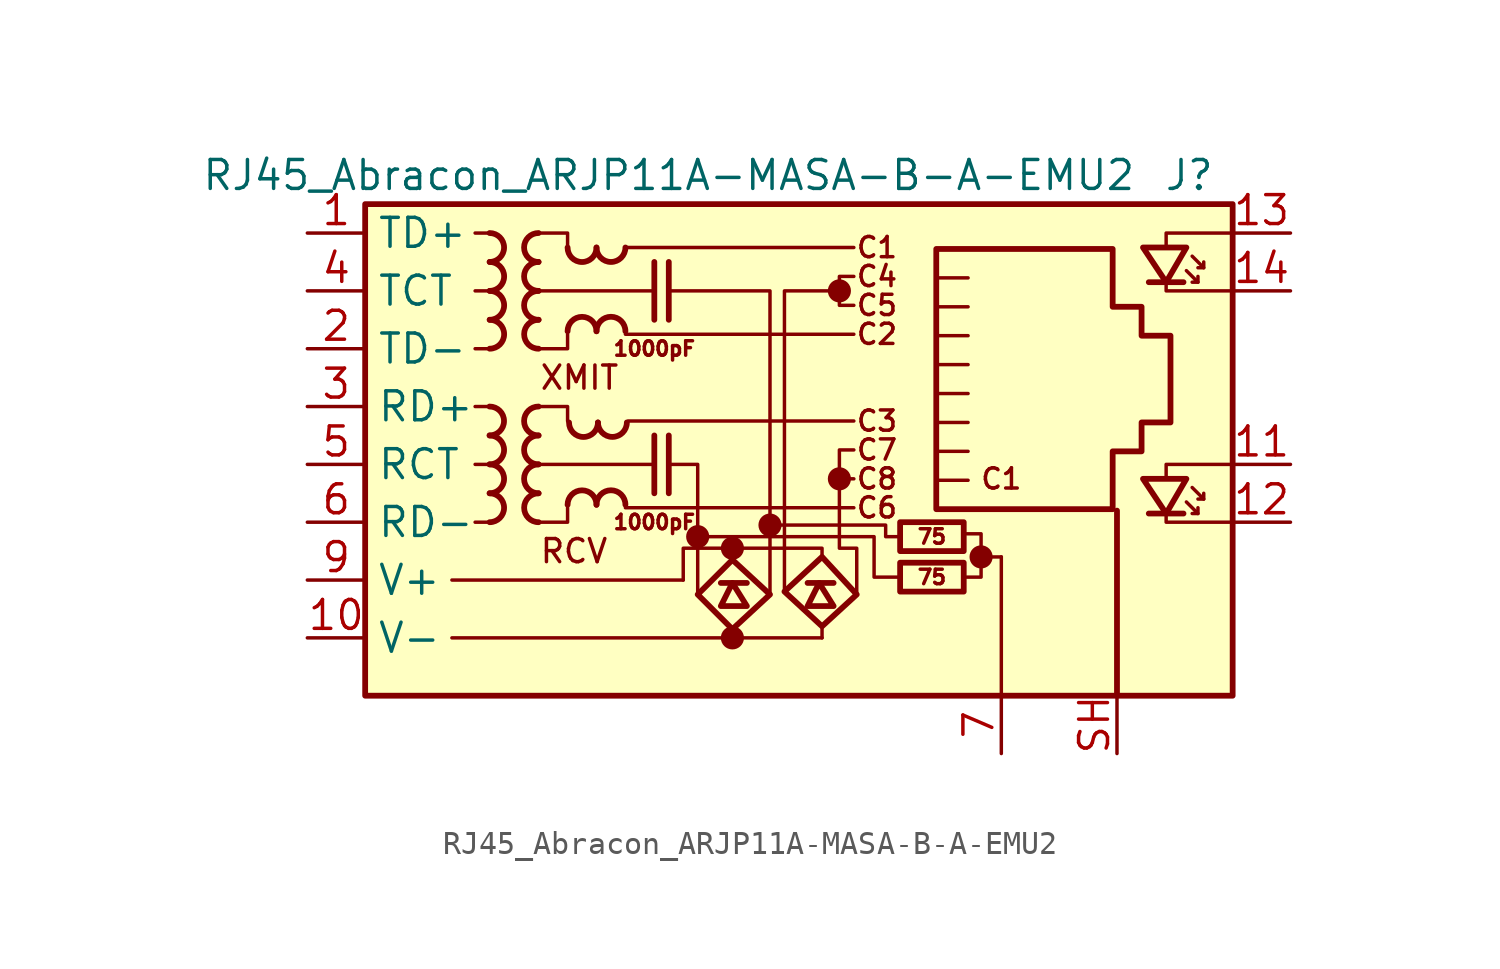
<source format=kicad_sym>
(kicad_symbol_lib
  (version 20220914)
  (generator kicad_symbol_editor)
  (symbol "RJ45_Abracon_ARJP11A-MASA-B-A-EMU2"
    (property "Reference" "J"
      (at 18.415 12.7 0)
      (effects (font (size 1.27 1.27))))
    (property "Value" "RJ45_Abracon_ARJP11A-MASA-B-A-EMU2"
      (at -4.445 12.7 0)
      (effects (font (size 1.27 1.27))))
    (symbol "RJ45_Abracon_ARJP11A-MASA-B-A-EMU2_0_0"
      (circle (center -3.175 -3.175) (radius 0.0001) (stroke (width 0.508) (type default)) (fill (type none)))
      (circle (center -1.651 -7.62) (radius 0.0001) (stroke (width 0.508) (type default)) (fill (type none)))
      (circle (center -1.651 -3.683) (radius 0.0001) (stroke (width 0.508) (type default)) (fill (type none)))
      (circle (center 0 -2.667) (radius 0.0001) (stroke (width 0.508) (type default)) (fill (type none)))
      (polyline (pts (xy -5.08 1.27) (xy -5.08 -1.27)) (stroke (width 0.254) (type default)) (fill (type none)))
      (polyline (pts (xy -5.08 8.89) (xy -5.08 6.35)) (stroke (width 0.254) (type default)) (fill (type none)))
      (polyline (pts (xy -4.445 1.27) (xy -4.445 -1.27)) (stroke (width 0.254) (type default)) (fill (type none)))
      (polyline (pts (xy -4.445 8.89) (xy -4.445 6.35)) (stroke (width 0.254) (type default)) (fill (type none)))
      (polyline (pts (xy 9.271 -4.064) (xy 10.16 -4.064)) (stroke (width 0) (type default)) (fill (type none)))
      (polyline (pts (xy 17.399 -0.635) (xy 17.399 0) (xy 20.32 0)) (stroke (width 0) (type default)) (fill (type none)))
      (polyline (pts (xy 17.399 9.525) (xy 17.399 10.16) (xy 20.32 10.16)) (stroke (width 0) (type default)) (fill (type none)))
      (polyline (pts (xy 20.32 -2.54) (xy 17.399 -2.54) (xy 17.399 -2.032)) (stroke (width 0) (type default)) (fill (type none)))
      (polyline (pts (xy 20.32 7.62) (xy 17.399 7.62) (xy 17.399 8.128)) (stroke (width 0) (type default)) (fill (type none)))
      (polyline (pts (xy 3.683 0.635) (xy 3.048 0.635) (xy 3.048 -0.635) (xy 3.683 -0.635)) (stroke (width 0) (type default)) (fill (type none)))
      (polyline (pts (xy 3.683 8.255) (xy 3.048 8.255) (xy 3.048 6.985) (xy 3.683 6.985)) (stroke (width 0) (type default)) (fill (type none)))
      (polyline (pts (xy 8.636 -4.953) (xy 9.271 -4.953) (xy 9.271 -3.048) (xy 8.636 -3.048)) (stroke (width 0) (type default)) (fill (type none)))
      (circle (center 3.048 -0.635) (radius 0.0001) (stroke (width 0.508) (type default)) (fill (type none)))
      (circle (center 3.048 7.62) (radius 0.0001) (stroke (width 0.508) (type default)) (fill (type none)))
      (circle (center 9.271 -4.064) (radius 0.0001) (stroke (width 0.508) (type default)) (fill (type none)))
      (text "C1" (at 4.699 9.525 0) (effects (font (size 0.889 0.889))))
      (text "C1" (at 10.16 -0.635 0) (effects (font (size 0.889 0.889))))
      (text "C2" (at 4.699 5.715 0) (effects (font (size 0.889 0.889))))
      (text "C3" (at 4.699 1.905 0) (effects (font (size 0.889 0.889))))
      (text "C4" (at 4.699 8.255 0) (effects (font (size 0.889 0.889))))
      (text "C5" (at 4.699 6.985 0) (effects (font (size 0.889 0.889))))
      (text "C6" (at 4.699 -1.905 0) (effects (font (size 0.889 0.889))))
      (text "C7" (at 4.699 0.635 0) (effects (font (size 0.889 0.889))))
      (text "C8" (at 4.699 -0.635 0) (effects (font (size 0.889 0.889))))
      (text "RCV" (at -10.16 -3.81 0) (effects (font (size 1.016 1.016)) (justify left)))
      (text "XMIT" (at -10.16 3.81 0) (effects (font (size 1.016 1.016)) (justify left))))
    (symbol "RJ45_Abracon_ARJP11A-MASA-B-A-EMU2_0_1"
      (rectangle (start -17.78 11.43) (end 20.32 -10.16) (stroke (width 0.254) (type default)) (fill (type background)))
      (polyline (pts (xy -12.316 -2.54) (xy -12.951 -2.54)) (stroke (width 0) (type default)) (fill (type none)))
      (polyline (pts (xy -12.316 0) (xy -12.951 0)) (stroke (width 0) (type default)) (fill (type none)))
      (polyline (pts (xy -12.316 2.54) (xy -12.951 2.54)) (stroke (width 0) (type default)) (fill (type none)))
      (polyline (pts (xy -12.316 5.08) (xy -12.951 5.08)) (stroke (width 0) (type default)) (fill (type none)))
      (polyline (pts (xy -12.316 7.62) (xy -12.951 7.62)) (stroke (width 0) (type default)) (fill (type none)))
      (polyline (pts (xy -12.316 10.16) (xy -12.951 10.16)) (stroke (width 0) (type default)) (fill (type none)))
      (polyline (pts (xy -6.35 -1.905) (xy 3.683 -1.905)) (stroke (width 0) (type default)) (fill (type none)))
      (polyline (pts (xy -6.35 5.715) (xy 3.683 5.715)) (stroke (width 0) (type default)) (fill (type none)))
      (polyline (pts (xy -6.35 9.525) (xy 3.683 9.525)) (stroke (width 0) (type default)) (fill (type none)))
      (polyline (pts (xy -6.223 1.905) (xy 3.683 1.905)) (stroke (width 0) (type default)) (fill (type none)))
      (polyline (pts (xy -5.08 0) (xy -10.16 0)) (stroke (width 0) (type default)) (fill (type none)))
      (polyline (pts (xy -5.08 7.62) (xy -10.16 7.62)) (stroke (width 0) (type default)) (fill (type none)))
      (polyline (pts (xy 7.429 0.572) (xy 8.7 0.572)) (stroke (width 0) (type default)) (fill (type none)))
      (polyline (pts (xy 7.429 1.841) (xy 8.7 1.841)) (stroke (width 0) (type default)) (fill (type none)))
      (polyline (pts (xy 7.429 3.111) (xy 8.7 3.111)) (stroke (width 0) (type default)) (fill (type none)))
      (polyline (pts (xy 7.429 4.381) (xy 8.7 4.381)) (stroke (width 0) (type default)) (fill (type none)))
      (polyline (pts (xy 7.429 5.652) (xy 8.7 5.652)) (stroke (width 0) (type default)) (fill (type none)))
      (polyline (pts (xy 8.7 -0.699) (xy 7.429 -0.699)) (stroke (width 0) (type default)) (fill (type none)))
      (polyline (pts (xy 8.7 6.921) (xy 7.429 6.921)) (stroke (width 0) (type default)) (fill (type none)))
      (polyline (pts (xy 8.7 8.191) (xy 7.429 8.191)) (stroke (width 0) (type default)) (fill (type none)))
      (polyline (pts (xy -10.16 2.54) (xy -8.89 2.54) (xy -8.89 1.905)) (stroke (width 0) (type default)) (fill (type none)))
      (polyline (pts (xy -10.16 10.16) (xy -8.89 10.16) (xy -8.89 9.525)) (stroke (width 0) (type default)) (fill (type none)))
      (polyline (pts (xy -8.89 -1.905) (xy -8.89 -2.54) (xy -10.16 -2.54)) (stroke (width 0) (type default)) (fill (type none)))
      (polyline (pts (xy -8.89 5.715) (xy -8.89 5.08) (xy -10.16 5.08)) (stroke (width 0) (type default)) (fill (type none)))
      (polyline (pts (xy -4.445 0) (xy -3.175 0) (xy -3.175 -5.715)) (stroke (width 0) (type default)) (fill (type none)))
      (polyline (pts (xy -4.445 7.62) (xy 0 7.62) (xy 0 -5.715)) (stroke (width 0) (type default)) (fill (type none))))
    (symbol "RJ45_Abracon_ARJP11A-MASA-B-A-EMU2_1_0"
      (text "1000pF" (at -5.08 -2.54 0) (effects (font (size 0.635 0.635))))
      (text "1000pF" (at -5.08 5.08 0) (effects (font (size 0.635 0.635)))))
    (symbol "RJ45_Abracon_ARJP11A-MASA-B-A-EMU2_1_1"
      (arc (start -12.3163 1.27) (mid -11.684 1.905) (end -12.3163 2.54) (stroke (width 0.254) (type default)) (fill (type none)))
      (arc (start -12.3136 -2.54) (mid -11.6813 -1.905) (end -12.3136 -1.27) (stroke (width 0.254) (type default)) (fill (type none)))
      (arc (start -12.3136 -1.27) (mid -11.6813 -0.635) (end -12.3136 0) (stroke (width 0.254) (type default)) (fill (type none)))
      (arc (start -12.3136 0) (mid -11.6813 0.635) (end -12.3136 1.27) (stroke (width 0.254) (type default)) (fill (type none)))
      (arc (start -12.3136 8.89) (mid -11.6813 9.525) (end -12.3136 10.16) (stroke (width 0.254) (type default)) (fill (type none)))
      (arc (start -12.3109 5.08) (mid -11.6786 5.715) (end -12.3109 6.35) (stroke (width 0.254) (type default)) (fill (type none)))
      (arc (start -12.3109 6.35) (mid -11.6786 6.985) (end -12.3109 7.62) (stroke (width 0.254) (type default)) (fill (type none)))
      (arc (start -12.3109 7.62) (mid -11.6786 8.255) (end -12.3109 8.89) (stroke (width 0.254) (type default)) (fill (type none)))
      (arc (start -10.1654 0) (mid -10.7977 -0.635) (end -10.1654 -1.27) (stroke (width 0.254) (type default)) (fill (type none)))
      (arc (start -10.1654 1.27) (mid -10.7977 0.635) (end -10.1654 0) (stroke (width 0.254) (type default)) (fill (type none)))
      (arc (start -10.1654 2.54) (mid -10.7977 1.905) (end -10.1654 1.27) (stroke (width 0.254) (type default)) (fill (type none)))
      (arc (start -10.1654 7.62) (mid -10.7977 6.985) (end -10.1654 6.35) (stroke (width 0.254) (type default)) (fill (type none)))
      (arc (start -10.1654 8.89) (mid -10.7977 8.255) (end -10.1654 7.62) (stroke (width 0.254) (type default)) (fill (type none)))
      (arc (start -10.1654 10.16) (mid -10.7977 9.525) (end -10.1654 8.89) (stroke (width 0.254) (type default)) (fill (type none)))
      (arc (start -10.1627 -1.27) (mid -10.795 -1.905) (end -10.1627 -2.54) (stroke (width 0.254) (type default)) (fill (type none)))
      (arc (start -10.1627 6.35) (mid -10.795 5.715) (end -10.1627 5.08) (stroke (width 0.254) (type default)) (fill (type none)))
      (arc (start -8.89 9.5223) (mid -8.255 8.89) (end -7.62 9.5223) (stroke (width 0.254) (type default)) (fill (type none)))
      (arc (start -8.8265 1.8388) (mid -8.1915 1.2065) (end -7.5565 1.8388) (stroke (width 0.254) (type default)) (fill (type none)))
      (arc (start -7.62 -1.7753) (mid -8.255 -1.143) (end -8.89 -1.7753) (stroke (width 0.254) (type default)) (fill (type none)))
      (arc (start -7.62 5.8447) (mid -8.255 6.477) (end -8.89 5.8447) (stroke (width 0.254) (type default)) (fill (type none)))
      (arc (start -7.62 9.525) (mid -6.985 8.8927) (end -6.35 9.525) (stroke (width 0.254) (type default)) (fill (type none)))
      (arc (start -7.5565 1.8415) (mid -6.9215 1.2092) (end -6.2865 1.8415) (stroke (width 0.254) (type default)) (fill (type none)))
      (arc (start -6.35 -1.7726) (mid -6.985 -1.1403) (end -7.62 -1.7726) (stroke (width 0.254) (type default)) (fill (type none)))
      (arc (start -6.35 5.8474) (mid -6.985 6.4797) (end -7.62 5.8474) (stroke (width 0.254) (type default)) (fill (type none)))
      (polyline (pts (xy -13.97 -7.62) (xy 2.286 -7.62)) (stroke (width 0) (type default)) (fill (type none)))
      (polyline (pts (xy -13.97 -5.08) (xy -3.81 -5.08)) (stroke (width 0) (type default)) (fill (type none)))
      (polyline (pts (xy -2.159 -5.207) (xy -1.016 -5.207)) (stroke (width 0.254) (type default)) (fill (type none)))
      (polyline (pts (xy -1.651 -7.239) (xy -1.651 -7.493)) (stroke (width 0) (type default)) (fill (type none)))
      (polyline (pts (xy 1.651 -5.207) (xy 2.794 -5.207)) (stroke (width 0.254) (type default)) (fill (type none)))
      (polyline (pts (xy 2.286 -7.112) (xy 2.286 -7.62)) (stroke (width 0) (type default)) (fill (type none)))
      (polyline (pts (xy 10.16 -4.064) (xy 10.16 -10.16)) (stroke (width 0) (type default)) (fill (type none)))
      (polyline (pts (xy 15.24 -10.16) (xy 15.24 -2.032)) (stroke (width 0.254) (type default)) (fill (type none)))
      (polyline (pts (xy 18.161 -2.159) (xy 16.637 -2.159)) (stroke (width 0.254) (type default)) (fill (type none)))
      (polyline (pts (xy 18.161 8.001) (xy 16.637 8.001)) (stroke (width 0.254) (type default)) (fill (type none)))
      (polyline (pts (xy 18.796 -2.159) (xy 18.796 -1.905)) (stroke (width 0) (type default)) (fill (type none)))
      (polyline (pts (xy 18.796 8.001) (xy 18.796 8.255)) (stroke (width 0) (type default)) (fill (type none)))
      (polyline (pts (xy 19.05 -1.524) (xy 19.05 -1.27)) (stroke (width 0) (type default)) (fill (type none)))
      (polyline (pts (xy 19.05 8.636) (xy 19.05 8.89)) (stroke (width 0) (type default)) (fill (type none)))
      (polyline (pts (xy -3.81 -5.08) (xy -3.81 -3.683) (xy -1.651 -3.683)) (stroke (width 0) (type default)) (fill (type none)))
      (polyline (pts (xy -1.905 -3.683) (xy -1.651 -3.683) (xy -1.651 -4.191)) (stroke (width 0) (type default)) (fill (type none)))
      (polyline (pts (xy -1.651 -3.683) (xy 2.286 -3.683) (xy 2.286 -4.064)) (stroke (width 0) (type default)) (fill (type none)))
      (polyline (pts (xy 3.048 7.62) (xy 0.635 7.62) (xy 0.635 -5.588)) (stroke (width 0) (type default)) (fill (type none)))
      (polyline (pts (xy 18.288 -1.651) (xy 18.796 -2.159) (xy 18.542 -2.159)) (stroke (width 0) (type default)) (fill (type none)))
      (polyline (pts (xy 18.288 8.509) (xy 18.796 8.001) (xy 18.542 8.001)) (stroke (width 0) (type default)) (fill (type none)))
      (polyline (pts (xy 18.542 -1.016) (xy 19.05 -1.524) (xy 18.796 -1.524)) (stroke (width 0) (type default)) (fill (type none)))
      (polyline (pts (xy 18.542 9.144) (xy 19.05 8.636) (xy 18.796 8.636)) (stroke (width 0) (type default)) (fill (type none)))
      (polyline (pts (xy -2.159 -6.223) (xy -1.016 -6.223) (xy -1.651 -5.207) (xy -2.159 -6.223)) (stroke (width 0.254) (type default)) (fill (type none)))
      (polyline (pts (xy 1.651 -6.223) (xy 2.794 -6.223) (xy 2.159 -5.207) (xy 1.651 -6.223)) (stroke (width 0.254) (type default)) (fill (type none)))
      (polyline (pts (xy 3.048 -0.508) (xy 3.048 -3.683) (xy 3.81 -3.683) (xy 3.81 -5.715)) (stroke (width 0) (type default)) (fill (type none)))
      (polyline (pts (xy 5.715 -4.953) (xy 4.572 -4.953) (xy 4.572 -3.175) (xy -3.175 -3.175)) (stroke (width 0) (type default)) (fill (type none)))
      (polyline (pts (xy 5.715 -3.175) (xy 5.08 -3.175) (xy 5.08 -2.667) (xy 0 -2.667)) (stroke (width 0) (type default)) (fill (type none)))
      (polyline (pts (xy 18.288 -0.635) (xy 16.383 -0.635) (xy 17.399 -2.159) (xy 18.288 -0.635)) (stroke (width 0.254) (type default)) (fill (type none)))
      (polyline (pts (xy 18.288 9.525) (xy 16.383 9.525) (xy 17.399 8.001) (xy 18.288 9.525)) (stroke (width 0.254) (type default)) (fill (type none)))
      (polyline (pts (xy -1.651 -4.191) (xy -3.175 -5.715) (xy -1.651 -7.239) (xy 0 -5.715) (xy -1.651 -4.191)) (stroke (width 0.254) (type default)) (fill (type none)))
      (polyline (pts (xy 2.286 -4.064) (xy 0.635 -5.588) (xy 2.286 -7.112) (xy 3.81 -5.715) (xy 2.286 -4.064)) (stroke (width 0.254) (type default)) (fill (type none)))
      (polyline (pts (xy 7.303 -1.968) (xy 7.303 9.461) (xy 15.05 9.461) (xy 15.05 6.921) (xy 16.32 6.921) (xy 16.32 5.652) (xy 17.59 5.652) (xy 17.59 1.841) (xy 16.32 1.841) (xy 16.32 0.572) (xy 15.05 0.572) (xy 15.05 -1.968) (xy 7.303 -1.968)) (stroke (width 0.254) (type default)) (fill (type none)))
      (rectangle (start 8.509 -5.588) (end 5.715 -4.318) (stroke (width 0.254) (type default)) (fill (type none)))
      (rectangle (start 8.509 -3.81) (end 5.715 -2.54) (stroke (width 0.254) (type default)) (fill (type none)))
      (text "75" (at 7.112 -4.953 0) (effects (font (size 0.635 0.635))))
      (text "75" (at 7.112 -3.175 0) (effects (font (size 0.635 0.635))))
      (pin passive line (at -20.32 10.16 0) (length 2.54) (name "TD+" (effects (font (size 1.27 1.27)))) (number "1" (effects (font (size 1.27 1.27)))))
      (pin power_out line (at -20.32 -7.62 0) (length 2.54) (name "V-" (effects (font (size 1.27 1.27)))) (number "10" (effects (font (size 1.27 1.27)))))
      (pin passive line (at 22.86 0 180) (length 2.54) (name "" (effects (font (size 1.27 1.27)))) (number "11" (effects (font (size 1.27 1.27)))))
      (pin passive line (at 22.86 -2.54 180) (length 2.54) (name "" (effects (font (size 1.27 1.27)))) (number "12" (effects (font (size 1.27 1.27)))))
      (pin passive line (at 22.86 10.16 180) (length 2.54) (name "" (effects (font (size 1.27 1.27)))) (number "13" (effects (font (size 1.27 1.27)))))
      (pin passive line (at 22.86 7.62 180) (length 2.54) (name "" (effects (font (size 1.27 1.27)))) (number "14" (effects (font (size 1.27 1.27)))))
      (pin passive line (at -20.32 5.08 0) (length 2.54) (name "TD-" (effects (font (size 1.27 1.27)))) (number "2" (effects (font (size 1.27 1.27)))))
      (pin passive line (at -20.32 2.54 0) (length 2.54) (name "RD+" (effects (font (size 1.27 1.27)))) (number "3" (effects (font (size 1.27 1.27)))))
      (pin passive line (at -20.32 7.62 0) (length 2.54) (name "TCT" (effects (font (size 1.27 1.27)))) (number "4" (effects (font (size 1.27 1.27)))))
      (pin passive line (at -20.32 0 0) (length 2.54) (name "RCT" (effects (font (size 1.27 1.27)))) (number "5" (effects (font (size 1.27 1.27)))))
      (pin passive line (at -20.32 -2.54 0) (length 2.54) (name "RD-" (effects (font (size 1.27 1.27)))) (number "6" (effects (font (size 1.27 1.27)))))
      (pin power_in line (at 10.16 -12.7 90) (length 2.54) (name "" (effects (font (size 1.27 1.27)))) (number "7" (effects (font (size 1.27 1.27)))))
      (pin no_connect line (at 20.32 2.54 0) (length 0) hide (name "NC" (effects (font (size 1.27 1.27)))) (number "8" (effects (font (size 1.27 1.27)))))
      (pin power_out line (at -20.32 -5.08 0) (length 2.54) (name "V+" (effects (font (size 1.27 1.27)))) (number "9" (effects (font (size 1.27 1.27)))))
      (pin passive line (at 15.24 -12.7 90) (length 2.54) (name "" (effects (font (size 1.27 1.27)))) (number "SH" (effects (font (size 1.27 1.27))))))))
</source>
